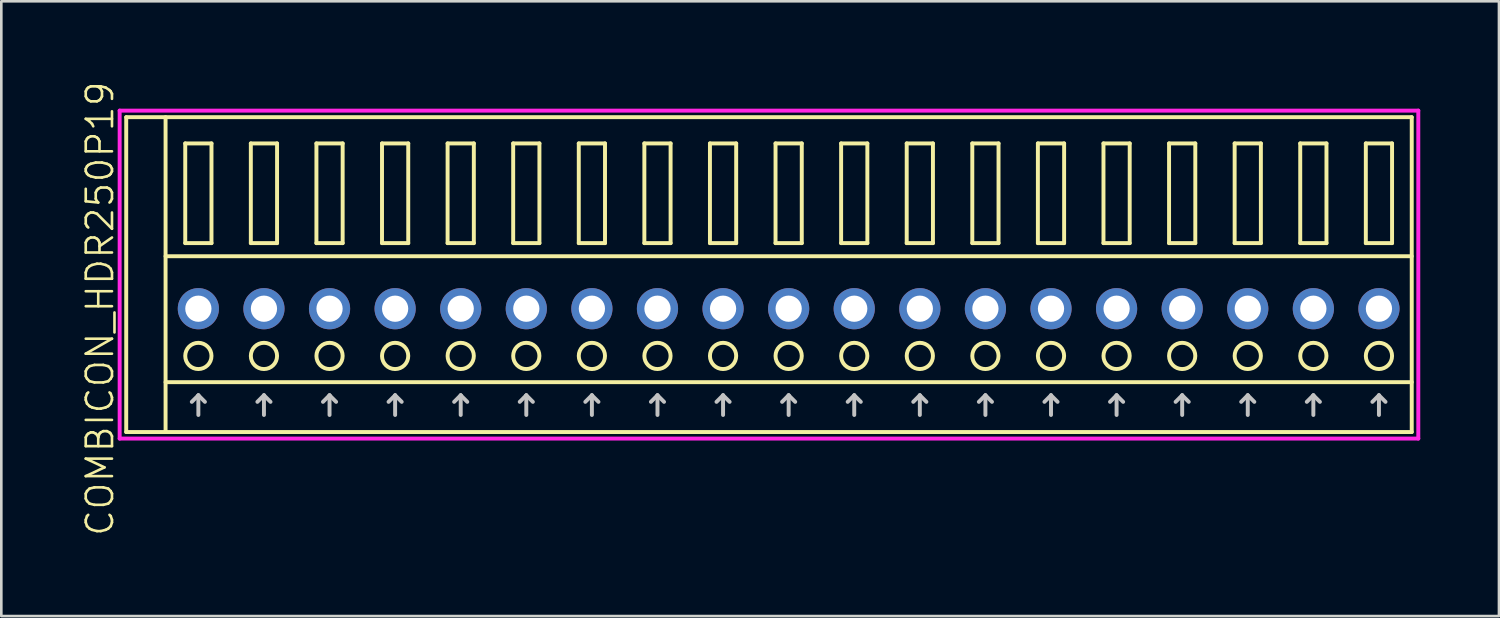
<source format=kicad_pcb>
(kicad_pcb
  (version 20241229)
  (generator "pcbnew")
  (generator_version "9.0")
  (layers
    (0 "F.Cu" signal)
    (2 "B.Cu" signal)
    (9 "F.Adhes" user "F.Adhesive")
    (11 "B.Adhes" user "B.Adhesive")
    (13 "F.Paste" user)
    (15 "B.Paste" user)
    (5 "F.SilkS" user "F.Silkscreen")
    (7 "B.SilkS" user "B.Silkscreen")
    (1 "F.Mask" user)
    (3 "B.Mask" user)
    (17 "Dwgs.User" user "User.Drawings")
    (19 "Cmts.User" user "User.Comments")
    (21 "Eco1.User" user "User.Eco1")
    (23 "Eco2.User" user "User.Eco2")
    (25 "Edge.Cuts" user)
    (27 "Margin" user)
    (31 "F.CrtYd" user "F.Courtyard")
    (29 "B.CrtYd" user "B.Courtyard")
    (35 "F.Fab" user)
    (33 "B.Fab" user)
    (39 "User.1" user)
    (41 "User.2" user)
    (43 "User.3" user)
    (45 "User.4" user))
  (footprint "COMBICON_HDR250P19"
    (layer "F.Cu")
    (at 27.011 8.717)
    (property "Reference" "COMBICON_HDR250P19" (at -26.25 0 90) (layer "F.SilkS") (effects (font (size 1 1) (thickness 0.1))))
    (attr through_hole)
    (fp_line (start -25.25 -7.3) (end -25.25 4.7) (stroke (width 0.15) (type solid)) (layer "F.SilkS"))
    (fp_line (start -25.25 4.7) (end 23.75 4.7) (stroke (width 0.15) (type solid)) (layer "F.SilkS"))
    (fp_line (start -23.75 -2) (end 23.75 -2) (stroke (width 0.15) (type solid)) (layer "F.SilkS"))
    (fp_line (start -23.75 2.8) (end 23.75 2.8) (stroke (width 0.15) (type solid)) (layer "F.SilkS"))
    (fp_line (start -23.75 4.7) (end -23.75 -7.3) (stroke (width 0.15) (type solid)) (layer "F.SilkS"))
    (fp_line (start -23 -6.3) (end -23 -2.5) (stroke (width 0.15) (type solid)) (layer "F.SilkS"))
    (fp_line (start -23 -2.5) (end -22 -2.5) (stroke (width 0.15) (type solid)) (layer "F.SilkS"))
    (fp_line (start -22 -6.3) (end -23 -6.3) (stroke (width 0.15) (type solid)) (layer "F.SilkS"))
    (fp_line (start -22 -2.5) (end -22 -6.3) (stroke (width 0.15) (type solid)) (layer "F.SilkS"))
    (fp_line (start -20.5 -6.3) (end -20.5 -2.5) (stroke (width 0.15) (type solid)) (layer "F.SilkS"))
    (fp_line (start -20.5 -2.5) (end -19.5 -2.5) (stroke (width 0.15) (type solid)) (layer "F.SilkS"))
    (fp_line (start -19.5 -6.3) (end -20.5 -6.3) (stroke (width 0.15) (type solid)) (layer "F.SilkS"))
    (fp_line (start -19.5 -2.5) (end -19.5 -6.3) (stroke (width 0.15) (type solid)) (layer "F.SilkS"))
    (fp_line (start -18 -6.3) (end -18 -2.5) (stroke (width 0.15) (type solid)) (layer "F.SilkS"))
    (fp_line (start -18 -2.5) (end -17 -2.5) (stroke (width 0.15) (type solid)) (layer "F.SilkS"))
    (fp_line (start -17 -6.3) (end -18 -6.3) (stroke (width 0.15) (type solid)) (layer "F.SilkS"))
    (fp_line (start -17 -2.5) (end -17 -6.3) (stroke (width 0.15) (type solid)) (layer "F.SilkS"))
    (fp_line (start -15.5 -6.3) (end -15.5 -2.5) (stroke (width 0.15) (type solid)) (layer "F.SilkS"))
    (fp_line (start -15.5 -2.5) (end -14.5 -2.5) (stroke (width 0.15) (type solid)) (layer "F.SilkS"))
    (fp_line (start -14.5 -6.3) (end -15.5 -6.3) (stroke (width 0.15) (type solid)) (layer "F.SilkS"))
    (fp_line (start -14.5 -2.5) (end -14.5 -6.3) (stroke (width 0.15) (type solid)) (layer "F.SilkS"))
    (fp_line (start -13 -6.3) (end -13 -2.5) (stroke (width 0.15) (type solid)) (layer "F.SilkS"))
    (fp_line (start -13 -2.5) (end -12 -2.5) (stroke (width 0.15) (type solid)) (layer "F.SilkS"))
    (fp_line (start -12 -6.3) (end -13 -6.3) (stroke (width 0.15) (type solid)) (layer "F.SilkS"))
    (fp_line (start -12 -2.5) (end -12 -6.3) (stroke (width 0.15) (type solid)) (layer "F.SilkS"))
    (fp_line (start -10.5 -6.3) (end -10.5 -2.5) (stroke (width 0.15) (type solid)) (layer "F.SilkS"))
    (fp_line (start -10.5 -2.5) (end -9.5 -2.5) (stroke (width 0.15) (type solid)) (layer "F.SilkS"))
    (fp_line (start -9.5 -6.3) (end -10.5 -6.3) (stroke (width 0.15) (type solid)) (layer "F.SilkS"))
    (fp_line (start -9.5 -2.5) (end -9.5 -6.3) (stroke (width 0.15) (type solid)) (layer "F.SilkS"))
    (fp_line (start -8 -6.3) (end -8 -2.5) (stroke (width 0.15) (type solid)) (layer "F.SilkS"))
    (fp_line (start -8 -2.5) (end -7 -2.5) (stroke (width 0.15) (type solid)) (layer "F.SilkS"))
    (fp_line (start -7 -6.3) (end -8 -6.3) (stroke (width 0.15) (type solid)) (layer "F.SilkS"))
    (fp_line (start -7 -2.5) (end -7 -6.3) (stroke (width 0.15) (type solid)) (layer "F.SilkS"))
    (fp_line (start -5.5 -6.3) (end -5.5 -2.5) (stroke (width 0.15) (type solid)) (layer "F.SilkS"))
    (fp_line (start -5.5 -2.5) (end -4.5 -2.5) (stroke (width 0.15) (type solid)) (layer "F.SilkS"))
    (fp_line (start -4.5 -6.3) (end -5.5 -6.3) (stroke (width 0.15) (type solid)) (layer "F.SilkS"))
    (fp_line (start -4.5 -2.5) (end -4.5 -6.3) (stroke (width 0.15) (type solid)) (layer "F.SilkS"))
    (fp_line (start -3 -6.3) (end -3 -2.5) (stroke (width 0.15) (type solid)) (layer "F.SilkS"))
    (fp_line (start -3 -2.5) (end -2 -2.5) (stroke (width 0.15) (type solid)) (layer "F.SilkS"))
    (fp_line (start -2 -6.3) (end -3 -6.3) (stroke (width 0.15) (type solid)) (layer "F.SilkS"))
    (fp_line (start -2 -2.5) (end -2 -6.3) (stroke (width 0.15) (type solid)) (layer "F.SilkS"))
    (fp_line (start -0.5 -6.3) (end -0.5 -2.5) (stroke (width 0.15) (type solid)) (layer "F.SilkS"))
    (fp_line (start -0.5 -2.5) (end 0.5 -2.5) (stroke (width 0.15) (type solid)) (layer "F.SilkS"))
    (fp_line (start 0.5 -6.3) (end -0.5 -6.3) (stroke (width 0.15) (type solid)) (layer "F.SilkS"))
    (fp_line (start 0.5 -2.5) (end 0.5 -6.3) (stroke (width 0.15) (type solid)) (layer "F.SilkS"))
    (fp_line (start 2 -6.3) (end 2 -2.5) (stroke (width 0.15) (type solid)) (layer "F.SilkS"))
    (fp_line (start 2 -2.5) (end 3 -2.5) (stroke (width 0.15) (type solid)) (layer "F.SilkS"))
    (fp_line (start 3 -6.3) (end 2 -6.3) (stroke (width 0.15) (type solid)) (layer "F.SilkS"))
    (fp_line (start 3 -2.5) (end 3 -6.3) (stroke (width 0.15) (type solid)) (layer "F.SilkS"))
    (fp_line (start 4.5 -6.3) (end 4.5 -2.5) (stroke (width 0.15) (type solid)) (layer "F.SilkS"))
    (fp_line (start 4.5 -2.5) (end 5.5 -2.5) (stroke (width 0.15) (type solid)) (layer "F.SilkS"))
    (fp_line (start 5.5 -6.3) (end 4.5 -6.3) (stroke (width 0.15) (type solid)) (layer "F.SilkS"))
    (fp_line (start 5.5 -2.5) (end 5.5 -6.3) (stroke (width 0.15) (type solid)) (layer "F.SilkS"))
    (fp_line (start 7 -6.3) (end 7 -2.5) (stroke (width 0.15) (type solid)) (layer "F.SilkS"))
    (fp_line (start 7 -2.5) (end 8 -2.5) (stroke (width 0.15) (type solid)) (layer "F.SilkS"))
    (fp_line (start 8 -6.3) (end 7 -6.3) (stroke (width 0.15) (type solid)) (layer "F.SilkS"))
    (fp_line (start 8 -2.5) (end 8 -6.3) (stroke (width 0.15) (type solid)) (layer "F.SilkS"))
    (fp_line (start 9.5 -6.3) (end 9.5 -2.5) (stroke (width 0.15) (type solid)) (layer "F.SilkS"))
    (fp_line (start 9.5 -2.5) (end 10.5 -2.5) (stroke (width 0.15) (type solid)) (layer "F.SilkS"))
    (fp_line (start 10.5 -6.3) (end 9.5 -6.3) (stroke (width 0.15) (type solid)) (layer "F.SilkS"))
    (fp_line (start 10.5 -2.5) (end 10.5 -6.3) (stroke (width 0.15) (type solid)) (layer "F.SilkS"))
    (fp_line (start 12 -6.3) (end 12 -2.5) (stroke (width 0.15) (type solid)) (layer "F.SilkS"))
    (fp_line (start 12 -2.5) (end 13 -2.5) (stroke (width 0.15) (type solid)) (layer "F.SilkS"))
    (fp_line (start 13 -6.3) (end 12 -6.3) (stroke (width 0.15) (type solid)) (layer "F.SilkS"))
    (fp_line (start 13 -2.5) (end 13 -6.3) (stroke (width 0.15) (type solid)) (layer "F.SilkS"))
    (fp_line (start 14.5 -6.3) (end 14.5 -2.5) (stroke (width 0.15) (type solid)) (layer "F.SilkS"))
    (fp_line (start 14.5 -2.5) (end 15.5 -2.5) (stroke (width 0.15) (type solid)) (layer "F.SilkS"))
    (fp_line (start 15.5 -6.3) (end 14.5 -6.3) (stroke (width 0.15) (type solid)) (layer "F.SilkS"))
    (fp_line (start 15.5 -2.5) (end 15.5 -6.3) (stroke (width 0.15) (type solid)) (layer "F.SilkS"))
    (fp_line (start 17 -6.3) (end 17 -2.5) (stroke (width 0.15) (type solid)) (layer "F.SilkS"))
    (fp_line (start 17 -2.5) (end 18 -2.5) (stroke (width 0.15) (type solid)) (layer "F.SilkS"))
    (fp_line (start 18 -6.3) (end 17 -6.3) (stroke (width 0.15) (type solid)) (layer "F.SilkS"))
    (fp_line (start 18 -2.5) (end 18 -6.3) (stroke (width 0.15) (type solid)) (layer "F.SilkS"))
    (fp_line (start 19.5 -6.3) (end 19.5 -2.5) (stroke (width 0.15) (type solid)) (layer "F.SilkS"))
    (fp_line (start 19.5 -2.5) (end 20.5 -2.5) (stroke (width 0.15) (type solid)) (layer "F.SilkS"))
    (fp_line (start 20.5 -6.3) (end 19.5 -6.3) (stroke (width 0.15) (type solid)) (layer "F.SilkS"))
    (fp_line (start 20.5 -2.5) (end 20.5 -6.3) (stroke (width 0.15) (type solid)) (layer "F.SilkS"))
    (fp_line (start 22 -6.3) (end 22 -2.5) (stroke (width 0.15) (type solid)) (layer "F.SilkS"))
    (fp_line (start 22 -2.5) (end 23 -2.5) (stroke (width 0.15) (type solid)) (layer "F.SilkS"))
    (fp_line (start 23 -6.3) (end 22 -6.3) (stroke (width 0.15) (type solid)) (layer "F.SilkS"))
    (fp_line (start 23 -2.5) (end 23 -6.3) (stroke (width 0.15) (type solid)) (layer "F.SilkS"))
    (fp_line (start 23.75 -7.3) (end -25.25 -7.3) (stroke (width 0.15) (type solid)) (layer "F.SilkS"))
    (fp_line (start 23.75 4.7) (end 23.75 -7.3) (stroke (width 0.15) (type solid)) (layer "F.SilkS"))
    (fp_circle (center -22.5 1.8) (end -22 1.8) (stroke (width 0.15) (type solid)) (fill no) (layer "F.SilkS"))
    (fp_circle (center -20 1.8) (end -19.5 1.8) (stroke (width 0.15) (type solid)) (fill no) (layer "F.SilkS"))
    (fp_circle (center -17.5 1.8) (end -17 1.8) (stroke (width 0.15) (type solid)) (fill no) (layer "F.SilkS"))
    (fp_circle (center -15 1.8) (end -14.5 1.8) (stroke (width 0.15) (type solid)) (fill no) (layer "F.SilkS"))
    (fp_circle (center -12.5 1.8) (end -12 1.8) (stroke (width 0.15) (type solid)) (fill no) (layer "F.SilkS"))
    (fp_circle (center -10 1.8) (end -9.5 1.8) (stroke (width 0.15) (type solid)) (fill no) (layer "F.SilkS"))
    (fp_circle (center -7.5 1.8) (end -7 1.8) (stroke (width 0.15) (type solid)) (fill no) (layer "F.SilkS"))
    (fp_circle (center -5 1.8) (end -4.5 1.8) (stroke (width 0.15) (type solid)) (fill no) (layer "F.SilkS"))
    (fp_circle (center -2.5 1.8) (end -2 1.8) (stroke (width 0.15) (type solid)) (fill no) (layer "F.SilkS"))
    (fp_circle (center 0 1.8) (end 0.5 1.8) (stroke (width 0.15) (type solid)) (fill no) (layer "F.SilkS"))
    (fp_circle (center 2.5 1.8) (end 3 1.8) (stroke (width 0.15) (type solid)) (fill no) (layer "F.SilkS"))
    (fp_circle (center 5 1.8) (end 5.5 1.8) (stroke (width 0.15) (type solid)) (fill no) (layer "F.SilkS"))
    (fp_circle (center 7.5 1.8) (end 8 1.8) (stroke (width 0.15) (type solid)) (fill no) (layer "F.SilkS"))
    (fp_circle (center 10 1.8) (end 10.5 1.8) (stroke (width 0.15) (type solid)) (fill no) (layer "F.SilkS"))
    (fp_circle (center 12.5 1.8) (end 13 1.8) (stroke (width 0.15) (type solid)) (fill no) (layer "F.SilkS"))
    (fp_circle (center 15 1.8) (end 15.5 1.8) (stroke (width 0.15) (type solid)) (fill no) (layer "F.SilkS"))
    (fp_circle (center 17.5 1.8) (end 18 1.8) (stroke (width 0.15) (type solid)) (fill no) (layer "F.SilkS"))
    (fp_circle (center 20 1.8) (end 20.5 1.8) (stroke (width 0.15) (type solid)) (fill no) (layer "F.SilkS"))
    (fp_circle (center 22.5 1.8) (end 23 1.8) (stroke (width 0.15) (type solid)) (fill no) (layer "F.SilkS"))
    (fp_line (start -22.75 3.55) (end -22.5 3.3) (stroke (width 0.15) (type solid)) (layer "Dwgs.User"))
    (fp_line (start -22.5 4.05) (end -22.5 3.3) (stroke (width 0.15) (type solid)) (layer "Dwgs.User"))
    (fp_line (start -22.25 3.55) (end -22.5 3.3) (stroke (width 0.15) (type solid)) (layer "Dwgs.User"))
    (fp_line (start -20.25 3.55) (end -20 3.3) (stroke (width 0.15) (type solid)) (layer "Dwgs.User"))
    (fp_line (start -20 4.05) (end -20 3.3) (stroke (width 0.15) (type solid)) (layer "Dwgs.User"))
    (fp_line (start -19.75 3.55) (end -20 3.3) (stroke (width 0.15) (type solid)) (layer "Dwgs.User"))
    (fp_line (start -17.75 3.55) (end -17.5 3.3) (stroke (width 0.15) (type solid)) (layer "Dwgs.User"))
    (fp_line (start -17.5 4.05) (end -17.5 3.3) (stroke (width 0.15) (type solid)) (layer "Dwgs.User"))
    (fp_line (start -17.25 3.55) (end -17.5 3.3) (stroke (width 0.15) (type solid)) (layer "Dwgs.User"))
    (fp_line (start -15.25 3.55) (end -15 3.3) (stroke (width 0.15) (type solid)) (layer "Dwgs.User"))
    (fp_line (start -15 4.05) (end -15 3.3) (stroke (width 0.15) (type solid)) (layer "Dwgs.User"))
    (fp_line (start -14.75 3.55) (end -15 3.3) (stroke (width 0.15) (type solid)) (layer "Dwgs.User"))
    (fp_line (start -12.75 3.55) (end -12.5 3.3) (stroke (width 0.15) (type solid)) (layer "Dwgs.User"))
    (fp_line (start -12.5 4.05) (end -12.5 3.3) (stroke (width 0.15) (type solid)) (layer "Dwgs.User"))
    (fp_line (start -12.25 3.55) (end -12.5 3.3) (stroke (width 0.15) (type solid)) (layer "Dwgs.User"))
    (fp_line (start -10.25 3.55) (end -10 3.3) (stroke (width 0.15) (type solid)) (layer "Dwgs.User"))
    (fp_line (start -10 4.05) (end -10 3.3) (stroke (width 0.15) (type solid)) (layer "Dwgs.User"))
    (fp_line (start -9.75 3.55) (end -10 3.3) (stroke (width 0.15) (type solid)) (layer "Dwgs.User"))
    (fp_line (start -7.75 3.55) (end -7.5 3.3) (stroke (width 0.15) (type solid)) (layer "Dwgs.User"))
    (fp_line (start -7.5 4.05) (end -7.5 3.3) (stroke (width 0.15) (type solid)) (layer "Dwgs.User"))
    (fp_line (start -7.25 3.55) (end -7.5 3.3) (stroke (width 0.15) (type solid)) (layer "Dwgs.User"))
    (fp_line (start -5.25 3.55) (end -5 3.3) (stroke (width 0.15) (type solid)) (layer "Dwgs.User"))
    (fp_line (start -5 4.05) (end -5 3.3) (stroke (width 0.15) (type solid)) (layer "Dwgs.User"))
    (fp_line (start -4.75 3.55) (end -5 3.3) (stroke (width 0.15) (type solid)) (layer "Dwgs.User"))
    (fp_line (start -2.75 3.55) (end -2.5 3.3) (stroke (width 0.15) (type solid)) (layer "Dwgs.User"))
    (fp_line (start -2.5 4.05) (end -2.5 3.3) (stroke (width 0.15) (type solid)) (layer "Dwgs.User"))
    (fp_line (start -2.25 3.55) (end -2.5 3.3) (stroke (width 0.15) (type solid)) (layer "Dwgs.User"))
    (fp_line (start -0.25 3.55) (end 0 3.3) (stroke (width 0.15) (type solid)) (layer "Dwgs.User"))
    (fp_line (start 0 4.05) (end 0 3.3) (stroke (width 0.15) (type solid)) (layer "Dwgs.User"))
    (fp_line (start 0.25 3.55) (end 0 3.3) (stroke (width 0.15) (type solid)) (layer "Dwgs.User"))
    (fp_line (start 2.25 3.55) (end 2.5 3.3) (stroke (width 0.15) (type solid)) (layer "Dwgs.User"))
    (fp_line (start 2.5 4.05) (end 2.5 3.3) (stroke (width 0.15) (type solid)) (layer "Dwgs.User"))
    (fp_line (start 2.75 3.55) (end 2.5 3.3) (stroke (width 0.15) (type solid)) (layer "Dwgs.User"))
    (fp_line (start 4.75 3.55) (end 5 3.3) (stroke (width 0.15) (type solid)) (layer "Dwgs.User"))
    (fp_line (start 5 4.05) (end 5 3.3) (stroke (width 0.15) (type solid)) (layer "Dwgs.User"))
    (fp_line (start 5.25 3.55) (end 5 3.3) (stroke (width 0.15) (type solid)) (layer "Dwgs.User"))
    (fp_line (start 7.25 3.55) (end 7.5 3.3) (stroke (width 0.15) (type solid)) (layer "Dwgs.User"))
    (fp_line (start 7.5 4.05) (end 7.5 3.3) (stroke (width 0.15) (type solid)) (layer "Dwgs.User"))
    (fp_line (start 7.75 3.55) (end 7.5 3.3) (stroke (width 0.15) (type solid)) (layer "Dwgs.User"))
    (fp_line (start 9.75 3.55) (end 10 3.3) (stroke (width 0.15) (type solid)) (layer "Dwgs.User"))
    (fp_line (start 10 4.05) (end 10 3.3) (stroke (width 0.15) (type solid)) (layer "Dwgs.User"))
    (fp_line (start 10.25 3.55) (end 10 3.3) (stroke (width 0.15) (type solid)) (layer "Dwgs.User"))
    (fp_line (start 12.25 3.55) (end 12.5 3.3) (stroke (width 0.15) (type solid)) (layer "Dwgs.User"))
    (fp_line (start 12.5 4.05) (end 12.5 3.3) (stroke (width 0.15) (type solid)) (layer "Dwgs.User"))
    (fp_line (start 12.75 3.55) (end 12.5 3.3) (stroke (width 0.15) (type solid)) (layer "Dwgs.User"))
    (fp_line (start 14.75 3.55) (end 15 3.3) (stroke (width 0.15) (type solid)) (layer "Dwgs.User"))
    (fp_line (start 15 4.05) (end 15 3.3) (stroke (width 0.15) (type solid)) (layer "Dwgs.User"))
    (fp_line (start 15.25 3.55) (end 15 3.3) (stroke (width 0.15) (type solid)) (layer "Dwgs.User"))
    (fp_line (start 17.25 3.55) (end 17.5 3.3) (stroke (width 0.15) (type solid)) (layer "Dwgs.User"))
    (fp_line (start 17.5 4.05) (end 17.5 3.3) (stroke (width 0.15) (type solid)) (layer "Dwgs.User"))
    (fp_line (start 17.75 3.55) (end 17.5 3.3) (stroke (width 0.15) (type solid)) (layer "Dwgs.User"))
    (fp_line (start 19.75 3.55) (end 20 3.3) (stroke (width 0.15) (type solid)) (layer "Dwgs.User"))
    (fp_line (start 20 4.05) (end 20 3.3) (stroke (width 0.15) (type solid)) (layer "Dwgs.User"))
    (fp_line (start 20.25 3.55) (end 20 3.3) (stroke (width 0.15) (type solid)) (layer "Dwgs.User"))
    (fp_line (start 22.25 3.55) (end 22.5 3.3) (stroke (width 0.15) (type solid)) (layer "Dwgs.User"))
    (fp_line (start 22.5 4.05) (end 22.5 3.3) (stroke (width 0.15) (type solid)) (layer "Dwgs.User"))
    (fp_line (start 22.75 3.55) (end 22.5 3.3) (stroke (width 0.15) (type solid)) (layer "Dwgs.User"))
    (fp_line (start -25.5 -7.55) (end -25.5 4.95) (stroke (width 0.15) (type solid)) (layer "F.CrtYd"))
    (fp_line (start -25.5 4.95) (end 24 4.95) (stroke (width 0.15) (type solid)) (layer "F.CrtYd"))
    (fp_line (start 24 -7.55) (end -25.5 -7.55) (stroke (width 0.15) (type solid)) (layer "F.CrtYd"))
    (fp_line (start 24 4.95) (end 24 -7.55) (stroke (width 0.15) (type solid)) (layer "F.CrtYd"))
    (pad "1" thru_hole oval (at -22.5 0) (size 1.57 1.57) (drill 1) (layers "*.Cu" "*.Mask"))
    (pad "2" thru_hole oval (at -20 0) (size 1.57 1.57) (drill 1) (layers "*.Cu" "*.Mask"))
    (pad "3" thru_hole oval (at -17.5 0) (size 1.57 1.57) (drill 1) (layers "*.Cu" "*.Mask"))
    (pad "4" thru_hole oval (at -15 0) (size 1.57 1.57) (drill 1) (layers "*.Cu" "*.Mask"))
    (pad "5" thru_hole oval (at -12.5 0) (size 1.57 1.57) (drill 1) (layers "*.Cu" "*.Mask"))
    (pad "6" thru_hole oval (at -10 0) (size 1.57 1.57) (drill 1) (layers "*.Cu" "*.Mask"))
    (pad "7" thru_hole oval (at -7.5 0) (size 1.57 1.57) (drill 1) (layers "*.Cu" "*.Mask"))
    (pad "8" thru_hole oval (at -5 0) (size 1.57 1.57) (drill 1) (layers "*.Cu" "*.Mask"))
    (pad "9" thru_hole oval (at -2.5 0) (size 1.57 1.57) (drill 1) (layers "*.Cu" "*.Mask"))
    (pad "10" thru_hole oval (at 0 0) (size 1.57 1.57) (drill 1) (layers "*.Cu" "*.Mask"))
    (pad "11" thru_hole oval (at 2.5 0) (size 1.57 1.57) (drill 1) (layers "*.Cu" "*.Mask"))
    (pad "12" thru_hole oval (at 5 0) (size 1.57 1.57) (drill 1) (layers "*.Cu" "*.Mask"))
    (pad "13" thru_hole oval (at 7.5 0) (size 1.57 1.57) (drill 1) (layers "*.Cu" "*.Mask"))
    (pad "14" thru_hole oval (at 10 0) (size 1.57 1.57) (drill 1) (layers "*.Cu" "*.Mask"))
    (pad "15" thru_hole oval (at 12.5 0) (size 1.57 1.57) (drill 1) (layers "*.Cu" "*.Mask"))
    (pad "16" thru_hole oval (at 15 0) (size 1.57 1.57) (drill 1) (layers "*.Cu" "*.Mask"))
    (pad "17" thru_hole oval (at 17.5 0) (size 1.57 1.57) (drill 1) (layers "*.Cu" "*.Mask"))
    (pad "18" thru_hole oval (at 20 0) (size 1.57 1.57) (drill 1) (layers "*.Cu" "*.Mask"))
    (pad "19" thru_hole oval (at 22.5 0) (size 1.57 1.57) (drill 1) (layers "*.Cu" "*.Mask")))
  (gr_rect
    (start -3 -3)
    (end 54.086 20.433)
    (stroke (width 0.1) (type default))
    (fill no)
    (layer "Edge.Cuts")))
</source>
